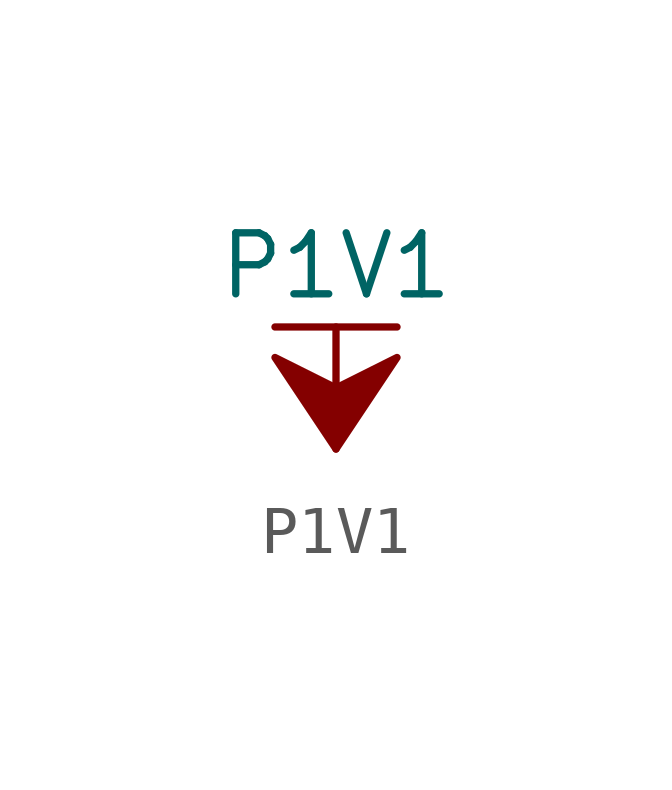
<source format=kicad_sym>
(kicad_symbol_lib
  (version 20211014)
  (generator kicad_symbol_editor)
  (symbol "P1V1"
    (power)
    (pin_names
      (offset 0))
    (property "Reference" "#PWR"
      (at 0 -3.81 0)
      (effects (font (size 1.27 1.27)) hide))
    (property "Value" "P1V1"
      (at 0 3.81 0)
      (effects (font (size 1.27 1.27))))
    (symbol "P1V1_0_1"
      (polyline (pts (xy -1.27 2.54) (xy 1.27 2.54)) (stroke (width 0.152) (type default) (color 0 0 0 0)) (fill (type none)))
      (polyline (pts (xy 0 0) (xy 0 2.54)) (stroke (width 0.152) (type default) (color 0 0 0 0)) (fill (type none)))
      (polyline (pts (xy 0 0) (xy 1.27 1.905) (xy 0 1.27) (xy -1.27 1.905) (xy 0 0)) (stroke (width 0.152) (type default) (color 0 0 0 0)) (fill (type outline))))
    (symbol "P1V1_1_1"
      (pin power_in line (at 0 0 90) (length 0) hide (name "P1V1" (effects (font (size 1.27 1.27)))) (number "1" (effects (font (size 1.27 1.27))))))))
</source>
